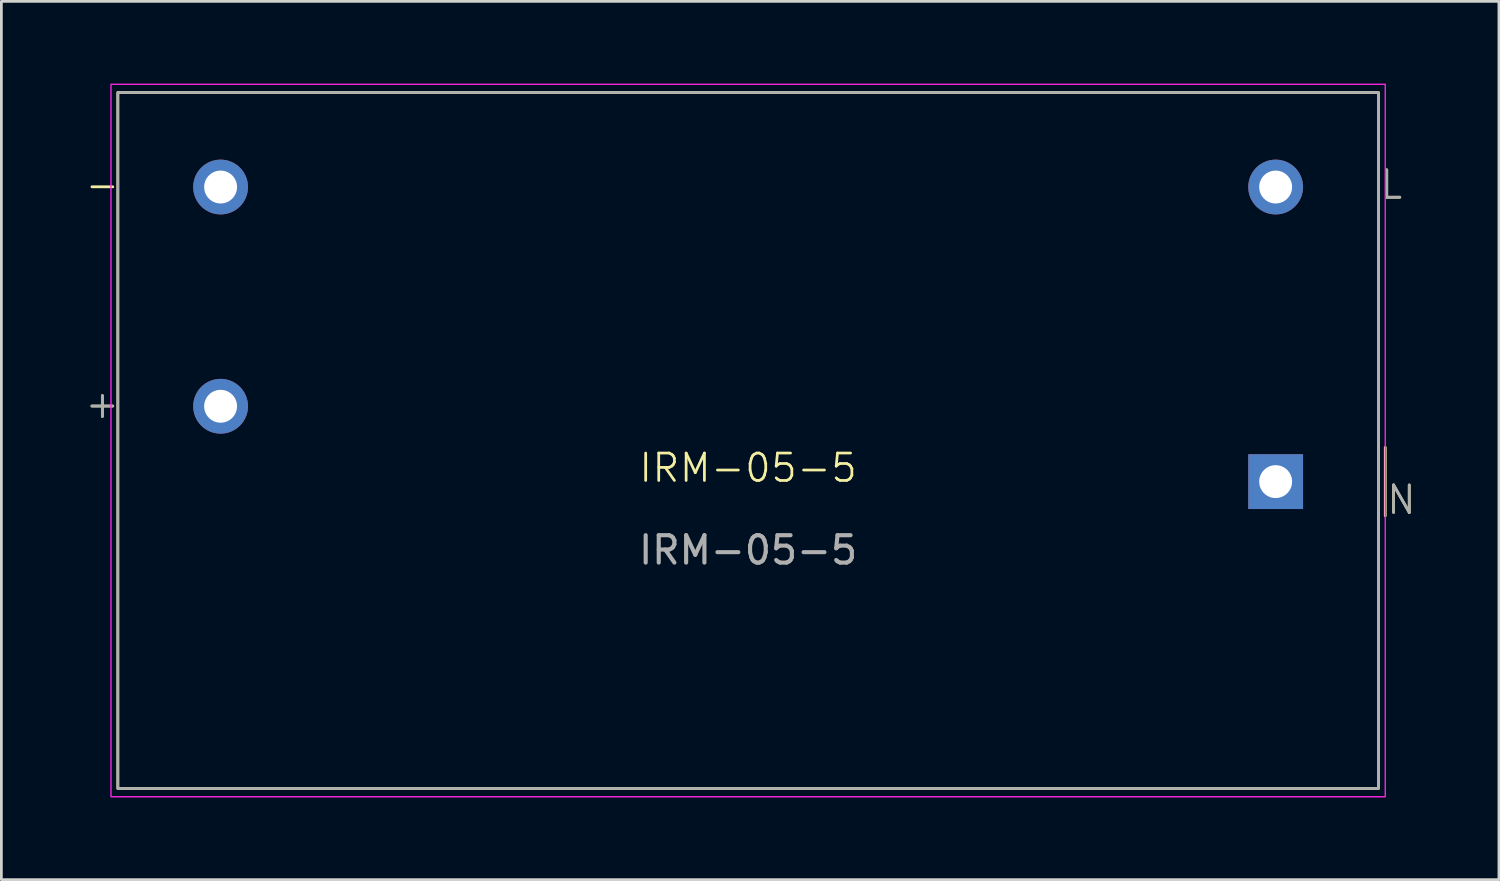
<source format=kicad_pcb>
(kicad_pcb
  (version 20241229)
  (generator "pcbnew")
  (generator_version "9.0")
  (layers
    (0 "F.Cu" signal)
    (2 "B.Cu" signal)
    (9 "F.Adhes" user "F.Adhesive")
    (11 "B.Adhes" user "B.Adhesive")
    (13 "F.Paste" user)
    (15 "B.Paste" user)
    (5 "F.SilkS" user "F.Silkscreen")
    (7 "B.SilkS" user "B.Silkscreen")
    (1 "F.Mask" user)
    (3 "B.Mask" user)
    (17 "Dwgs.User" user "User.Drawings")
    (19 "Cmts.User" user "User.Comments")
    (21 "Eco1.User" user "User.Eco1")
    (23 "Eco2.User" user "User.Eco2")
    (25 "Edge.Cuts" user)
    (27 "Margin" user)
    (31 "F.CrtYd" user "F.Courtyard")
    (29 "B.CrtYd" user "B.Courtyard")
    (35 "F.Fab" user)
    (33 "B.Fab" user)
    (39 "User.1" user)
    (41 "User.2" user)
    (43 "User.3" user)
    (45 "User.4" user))
  (footprint "IRM-05-5"
    (layer "F.Cu")
    (at 24.25 14.525)
    (property "Reference" "IRM-05-5" (at 0 -0.5 0) (unlocked yes) (layer "F.SilkS") (effects (font (size 1 1) (thickness 0.1))))
    (attr through_hole)
    (fp_line (start 23.25 -1.25) (end 23.25 1.25) (stroke (width 0.1) (type default)) (layer "F.SilkS"))
    (fp_rect (start -23 -14.2) (end 23 11.2) (stroke (width 0.1) (type default)) (fill no) (layer "F.SilkS"))
    (fp_rect (start -23.25 -14.5) (end 23.25 11.5) (stroke (width 0.05) (type default)) (fill no) (layer "F.CrtYd"))
    (fp_rect (start -23 -14.2) (end 23 11.2) (stroke (width 0.1) (type default)) (fill no) (layer "F.Fab"))
    (fp_text user "+" (at -24.25 -2.25 0) (unlocked yes) (layer "F.SilkS") (effects (font (size 1 1) (thickness 0.1)) (justify left bottom)))
    (fp_text user "L" (at 23 -10.25 0) (unlocked yes) (layer "F.SilkS") (effects (font (size 1 1) (thickness 0.1)) (justify left bottom)))
    (fp_text user "-" (at -24.25 -10.25 0) (unlocked yes) (layer "F.SilkS") (effects (font (size 1 1) (thickness 0.1)) (justify left bottom)))
    (fp_text user "N" (at 23.25 1.25 0) (unlocked yes) (layer "F.SilkS") (effects (font (size 1 1) (thickness 0.1)) (justify left bottom)))
    (fp_text user "N" (at 23.25 1.25 0) (unlocked yes) (layer "F.Fab") (effects (font (size 1 1) (thickness 0.1)) (justify left bottom)))
    (fp_text user "${REFERENCE}" (at 0 2.5 0) (unlocked yes) (layer "F.Fab") (effects (font (size 1 1) (thickness 0.15))))
    (fp_text user "+" (at -24.25 -2.25 0) (unlocked yes) (layer "F.Fab") (effects (font (size 1 1) (thickness 0.1)) (justify left bottom)))
    (fp_text user "L" (at 23 -10.25 0) (unlocked yes) (layer "F.Fab") (effects (font (size 1 1) (thickness 0.1)) (justify left bottom)))
    (pad "1" thru_hole rect (at 19.25 0) (size 2 2) (drill 1.2) (layers "*.Cu" "*.Mask"))
    (pad "2" thru_hole circle (at 19.25 -10.75) (size 2 2) (drill 1.2) (layers "*.Cu" "*.Mask"))
    (pad "4" thru_hole circle (at -19.25 -10.75) (size 2 2) (drill 1.2) (layers "*.Cu" "*.Mask"))
    (pad "5" thru_hole circle (at -19.25 -2.75) (size 2 2) (drill 1.2) (layers "*.Cu" "*.Mask")))
  (gr_rect
    (start -3 -3)
    (end 51.648 29.05)
    (stroke (width 0.1) (type default))
    (fill no)
    (layer "Edge.Cuts")))
</source>
